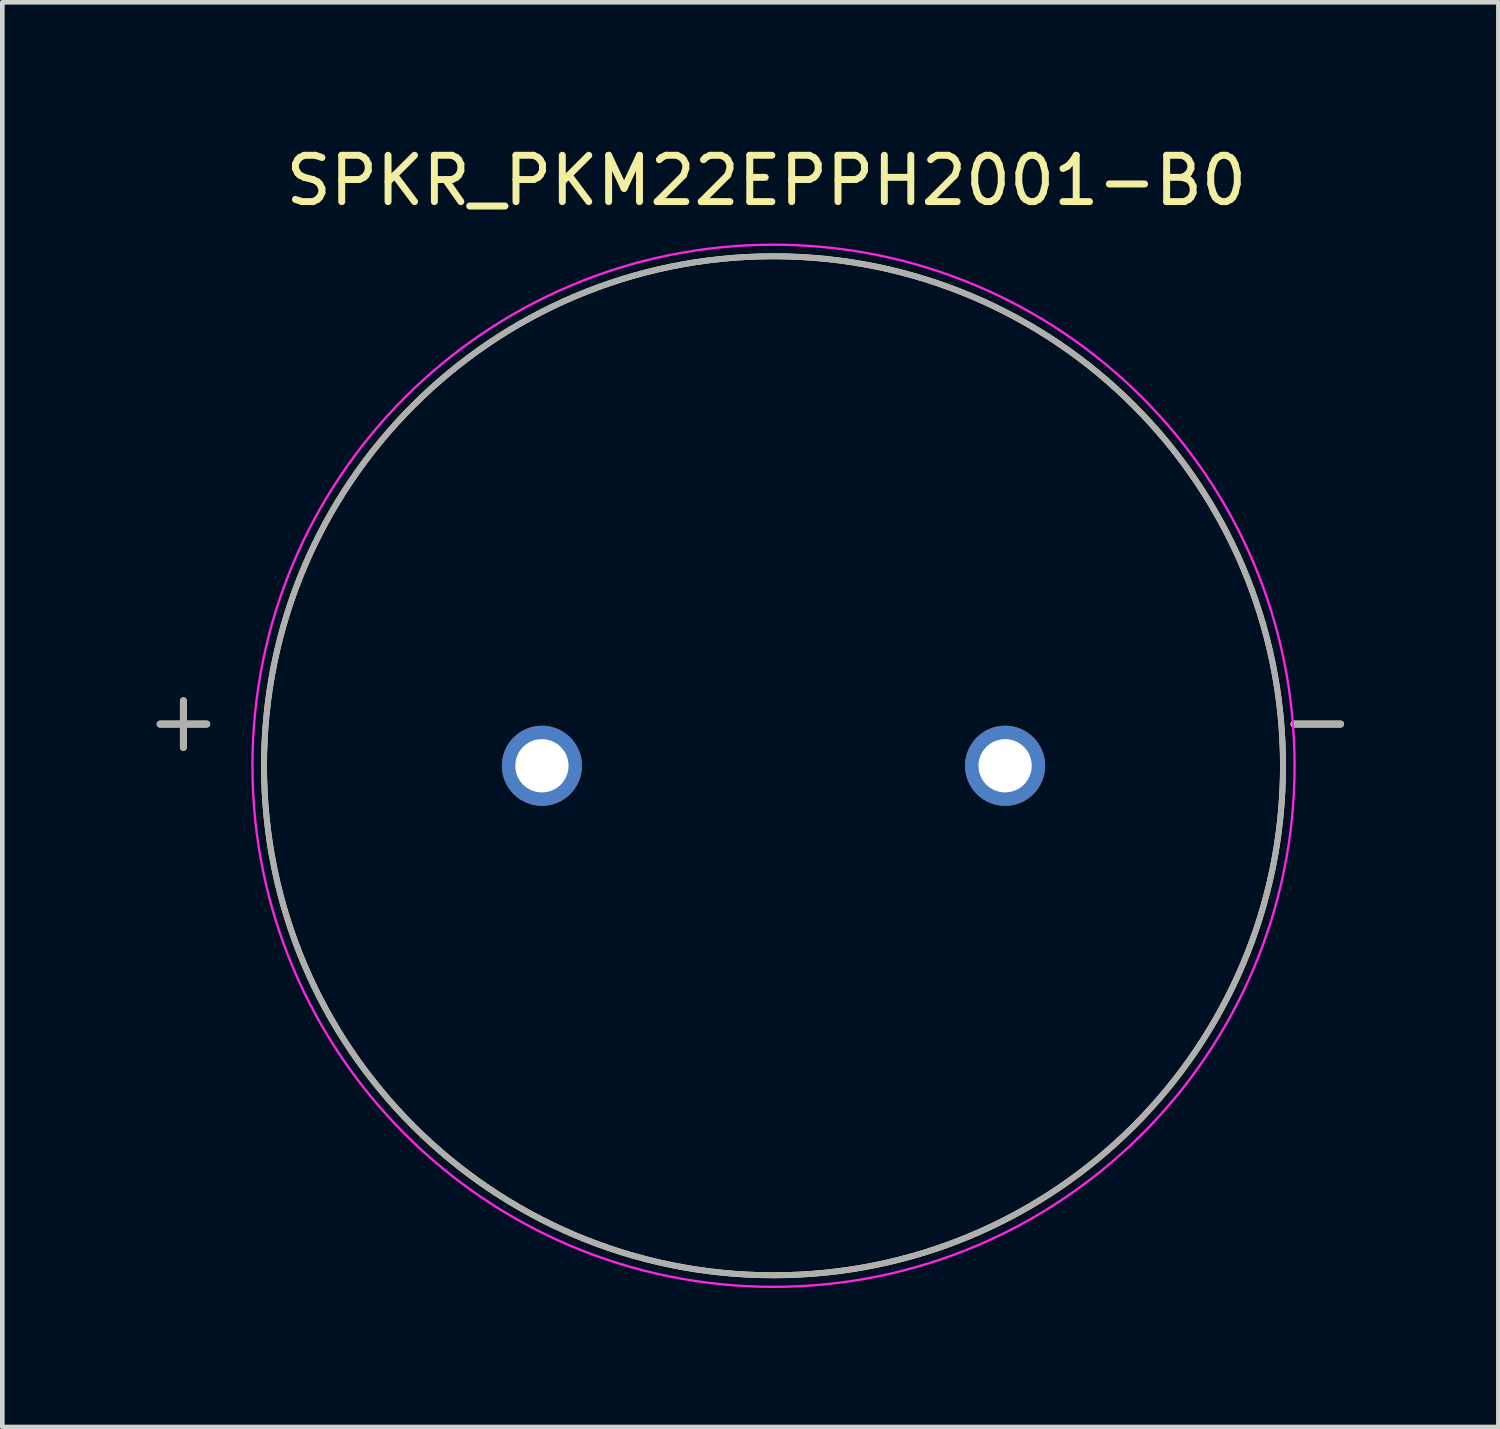
<source format=kicad_pcb>
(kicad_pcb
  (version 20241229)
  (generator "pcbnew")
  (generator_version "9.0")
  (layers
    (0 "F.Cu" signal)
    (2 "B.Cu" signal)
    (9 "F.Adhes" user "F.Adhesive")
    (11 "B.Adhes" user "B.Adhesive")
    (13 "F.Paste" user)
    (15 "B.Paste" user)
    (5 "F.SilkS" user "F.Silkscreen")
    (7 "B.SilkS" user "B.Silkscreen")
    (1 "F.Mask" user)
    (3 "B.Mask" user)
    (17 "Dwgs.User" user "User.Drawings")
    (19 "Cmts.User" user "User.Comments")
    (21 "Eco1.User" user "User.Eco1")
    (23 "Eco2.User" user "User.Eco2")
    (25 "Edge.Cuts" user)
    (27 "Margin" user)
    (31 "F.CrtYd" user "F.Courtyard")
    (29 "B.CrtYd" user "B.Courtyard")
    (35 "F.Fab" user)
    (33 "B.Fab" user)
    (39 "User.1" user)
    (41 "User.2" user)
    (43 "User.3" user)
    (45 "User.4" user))
  (footprint "SPKR_PKM22EPPH2001-B0"
    (layer "F.Cu")
    (at 13.65 13.483)
    (property "Reference" "SPKR_PKM22EPPH2001-B0" (at -0.155 -12.635 0) (layer "F.SilkS") (effects (font (size 1 1) (thickness 0.15))))
    (attr through_hole)
    (fp_circle (center 0 0) (end 11 0) (stroke (width 0.127) (type solid)) (fill no) (layer "F.SilkS"))
    (fp_circle (center 0 0) (end 11.25 0) (stroke (width 0.05) (type solid)) (fill no) (layer "F.CrtYd"))
    (fp_circle (center 0 0) (end 11 0) (stroke (width 0.127) (type solid)) (fill no) (layer "F.Fab"))
    (fp_text user "-" (at 11.74 -1 0) (layer "F.SilkS") (effects (font (size 1.32 1.32) (thickness 0.15))))
    (fp_text user "+" (at -12.74 -1 0) (layer "F.SilkS") (effects (font (size 1.32 1.32) (thickness 0.15))))
    (fp_text user "-" (at 11.74 -1 0) (layer "F.Fab") (effects (font (size 1.32 1.32) (thickness 0.15))))
    (fp_text user "+" (at -12.74 -1 0) (layer "F.Fab") (effects (font (size 1.32 1.32) (thickness 0.15))))
    (pad "1" thru_hole circle (at -5 0) (size 1.73 1.73) (drill 1.15) (layers "*.Cu" "*.Mask"))
    (pad "2" thru_hole circle (at 5 0) (size 1.73 1.73) (drill 1.15) (layers "*.Cu" "*.Mask")))
  (gr_rect
    (start -3 -3)
    (end 29.3 27.758)
    (stroke (width 0.1) (type default))
    (fill no)
    (layer "Edge.Cuts")))
</source>
